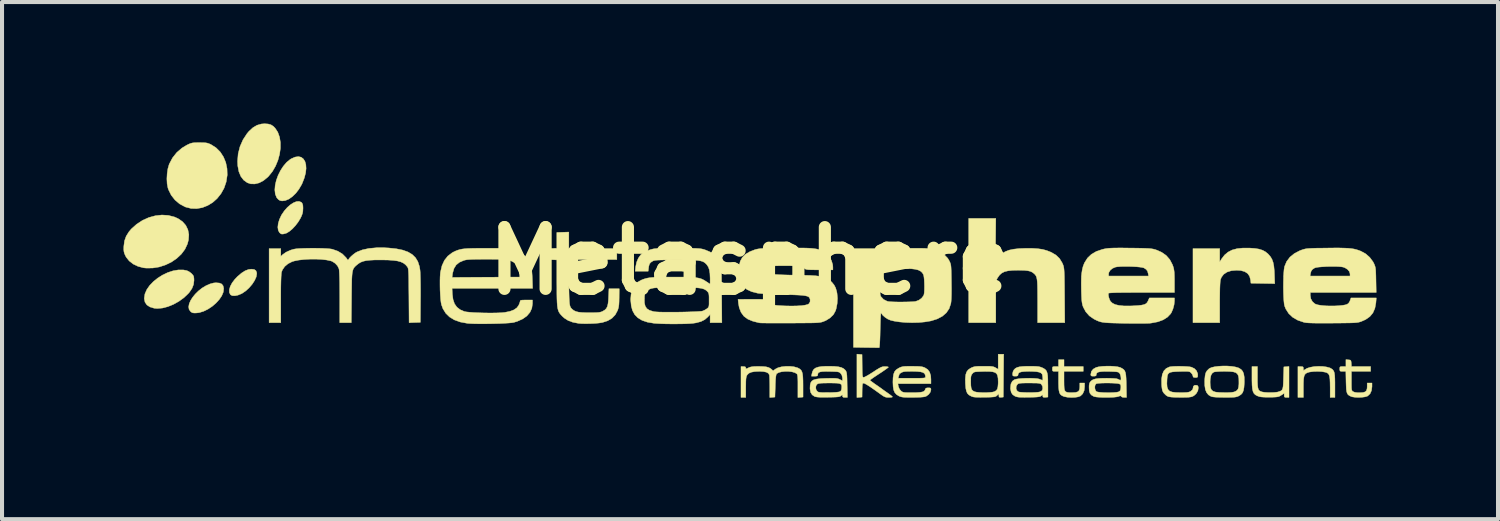
<source format=kicad_pcb>
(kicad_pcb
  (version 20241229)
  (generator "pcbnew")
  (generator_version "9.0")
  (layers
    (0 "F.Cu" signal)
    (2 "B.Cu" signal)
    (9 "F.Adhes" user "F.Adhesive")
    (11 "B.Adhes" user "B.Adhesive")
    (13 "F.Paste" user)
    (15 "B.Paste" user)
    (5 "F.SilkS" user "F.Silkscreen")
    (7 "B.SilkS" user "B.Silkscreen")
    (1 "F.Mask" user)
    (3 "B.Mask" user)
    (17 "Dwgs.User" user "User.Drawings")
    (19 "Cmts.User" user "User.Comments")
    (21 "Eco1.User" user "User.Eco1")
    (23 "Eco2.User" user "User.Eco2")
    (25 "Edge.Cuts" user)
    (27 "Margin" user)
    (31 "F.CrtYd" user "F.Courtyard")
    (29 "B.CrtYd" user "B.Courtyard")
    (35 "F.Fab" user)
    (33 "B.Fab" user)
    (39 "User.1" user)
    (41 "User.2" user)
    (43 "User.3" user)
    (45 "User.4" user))
  (footprint "Metasphere"
    (layer "F.Cu")
    (at 15.464 3.392)
    (property "Reference" "Metasphere" (at 0 0 0) (layer "F.SilkS") (effects (font (size 1.524 1.524) (thickness 0.3))))
    (attr through_hole)
    (fp_poly (pts (xy -12.238 0.211) (xy -12.196 0.239) (xy -12.177 0.287) (xy -12.175 0.32) (xy -12.189 0.396) (xy -12.228 0.482) (xy -12.286 0.572) (xy -12.359 0.658) (xy -12.441 0.735) (xy -12.529 0.796) (xy -12.557 0.811) (xy -12.64 0.845) (xy -12.716 0.86) (xy -12.779 0.857) (xy -12.822 0.836) (xy -12.823 0.834) (xy -12.851 0.78) (xy -12.852 0.71) (xy -12.829 0.629) (xy -12.783 0.542) (xy -12.715 0.452) (xy -12.651 0.385) (xy -12.551 0.3) (xy -12.462 0.243) (xy -12.378 0.211) (xy -12.306 0.203) (xy -12.238 0.211)) (stroke (width 0.01) (type solid)) (fill yes) (layer "F.SilkS"))
    (fp_poly (pts (xy -13.097 0.546) (xy -13.04 0.57) (xy -13.006 0.614) (xy -12.991 0.681) (xy -12.991 0.683) (xy -13.001 0.769) (xy -13.039 0.86) (xy -13.101 0.952) (xy -13.181 1.04) (xy -13.275 1.121) (xy -13.379 1.19) (xy -13.487 1.243) (xy -13.595 1.276) (xy -13.656 1.284) (xy -13.717 1.286) (xy -13.758 1.281) (xy -13.789 1.265) (xy -13.808 1.25) (xy -13.846 1.198) (xy -13.856 1.133) (xy -13.843 1.059) (xy -13.809 0.979) (xy -13.757 0.897) (xy -13.691 0.816) (xy -13.612 0.739) (xy -13.525 0.67) (xy -13.431 0.613) (xy -13.335 0.57) (xy -13.239 0.544) (xy -13.182 0.539) (xy -13.097 0.546)) (stroke (width 0.01) (type solid)) (fill yes) (layer "F.SilkS"))
    (fp_poly (pts (xy -11.08 -2.561) (xy -11.026 -2.521) (xy -10.986 -2.46) (xy -10.963 -2.38) (xy -10.957 -2.283) (xy -10.969 -2.172) (xy -11.001 -2.049) (xy -11.052 -1.918) (xy -11.067 -1.886) (xy -11.135 -1.77) (xy -11.212 -1.67) (xy -11.297 -1.588) (xy -11.384 -1.527) (xy -11.47 -1.491) (xy -11.551 -1.481) (xy -11.603 -1.492) (xy -11.642 -1.518) (xy -11.679 -1.559) (xy -11.684 -1.566) (xy -11.718 -1.651) (xy -11.729 -1.753) (xy -11.72 -1.868) (xy -11.692 -1.99) (xy -11.648 -2.112) (xy -11.589 -2.231) (xy -11.518 -2.34) (xy -11.438 -2.434) (xy -11.349 -2.507) (xy -11.323 -2.523) (xy -11.23 -2.564) (xy -11.148 -2.576) (xy -11.08 -2.561)) (stroke (width 0.01) (type solid)) (fill yes) (layer "F.SilkS"))
    (fp_poly (pts (xy -11.077 -1.449) (xy -11.064 -1.437) (xy -11.046 -1.408) (xy -11.036 -1.367) (xy -11.033 -1.303) (xy -11.034 -1.289) (xy -11.037 -1.224) (xy -11.048 -1.169) (xy -11.07 -1.11) (xy -11.099 -1.05) (xy -11.153 -0.961) (xy -11.219 -0.874) (xy -11.292 -0.795) (xy -11.366 -0.732) (xy -11.434 -0.69) (xy -11.458 -0.681) (xy -11.518 -0.665) (xy -11.558 -0.663) (xy -11.588 -0.676) (xy -11.615 -0.701) (xy -11.645 -0.757) (xy -11.655 -0.833) (xy -11.645 -0.923) (xy -11.616 -1.022) (xy -11.569 -1.124) (xy -11.56 -1.14) (xy -11.494 -1.237) (xy -11.42 -1.321) (xy -11.343 -1.388) (xy -11.266 -1.437) (xy -11.194 -1.466) (xy -11.129 -1.47) (xy -11.077 -1.449)) (stroke (width 0.01) (type solid)) (fill yes) (layer "F.SilkS"))
    (fp_poly (pts (xy -11.893 -3.381) (xy -11.824 -3.361) (xy -11.765 -3.323) (xy -11.722 -3.279) (xy -11.656 -3.179) (xy -11.613 -3.06) (xy -11.591 -2.926) (xy -11.591 -2.782) (xy -11.612 -2.634) (xy -11.652 -2.486) (xy -11.711 -2.343) (xy -11.788 -2.209) (xy -11.883 -2.091) (xy -11.908 -2.066) (xy -12.01 -1.983) (xy -12.116 -1.927) (xy -12.222 -1.901) (xy -12.324 -1.903) (xy -12.408 -1.931) (xy -12.498 -1.996) (xy -12.568 -2.087) (xy -12.616 -2.203) (xy -12.643 -2.343) (xy -12.649 -2.46) (xy -12.634 -2.646) (xy -12.588 -2.825) (xy -12.514 -2.993) (xy -12.415 -3.144) (xy -12.368 -3.2) (xy -12.269 -3.291) (xy -12.169 -3.35) (xy -12.061 -3.381) (xy -11.983 -3.387) (xy -11.893 -3.381)) (stroke (width 0.01) (type solid)) (fill yes) (layer "F.SilkS"))
    (fp_poly (pts (xy -13.988 0.222) (xy -13.901 0.239) (xy -13.848 0.264) (xy -13.795 0.303) (xy -13.781 0.317) (xy -13.749 0.352) (xy -13.732 0.385) (xy -13.726 0.428) (xy -13.724 0.479) (xy -13.736 0.581) (xy -13.773 0.677) (xy -13.837 0.772) (xy -13.865 0.804) (xy -13.973 0.907) (xy -14.097 0.997) (xy -14.231 1.072) (xy -14.369 1.128) (xy -14.504 1.163) (xy -14.632 1.174) (xy -14.71 1.167) (xy -14.812 1.136) (xy -14.887 1.087) (xy -14.934 1.019) (xy -14.952 0.933) (xy -14.952 0.92) (xy -14.936 0.814) (xy -14.89 0.708) (xy -14.819 0.606) (xy -14.727 0.51) (xy -14.619 0.423) (xy -14.5 0.348) (xy -14.372 0.287) (xy -14.241 0.244) (xy -14.112 0.222) (xy -13.988 0.222)) (stroke (width 0.01) (type solid)) (fill yes) (layer "F.SilkS"))
    (fp_poly (pts (xy -14.358 -1.124) (xy -14.208 -1.086) (xy -14.117 -1.045) (xy -14.008 -0.97) (xy -13.927 -0.878) (xy -13.875 -0.77) (xy -13.852 -0.649) (xy -13.861 -0.518) (xy -13.887 -0.419) (xy -13.948 -0.288) (xy -14.037 -0.169) (xy -14.15 -0.063) (xy -14.281 0.027) (xy -14.428 0.098) (xy -14.584 0.149) (xy -14.746 0.175) (xy -14.908 0.176) (xy -14.973 0.169) (xy -15.106 0.134) (xy -15.225 0.077) (xy -15.324 -0.000191) (xy -15.399 -0.094) (xy -15.418 -0.13) (xy -15.442 -0.184) (xy -15.454 -0.23) (xy -15.459 -0.283) (xy -15.457 -0.355) (xy -15.457 -0.362) (xy -15.44 -0.495) (xy -15.398 -0.612) (xy -15.329 -0.722) (xy -15.271 -0.79) (xy -15.14 -0.907) (xy -14.995 -1.002) (xy -14.839 -1.072) (xy -14.678 -1.116) (xy -14.516 -1.134) (xy -14.358 -1.124)) (stroke (width 0.01) (type solid)) (fill yes) (layer "F.SilkS"))
    (fp_poly (pts (xy 12.329 -0.318) (xy 12.463 -0.309) (xy 12.57 -0.292) (xy 12.657 -0.264) (xy 12.729 -0.225) (xy 12.794 -0.171) (xy 12.798 -0.167) (xy 12.85 -0.107) (xy 12.889 -0.042) (xy 12.917 0.034) (xy 12.936 0.129) (xy 12.947 0.247) (xy 12.95 0.326) (xy 12.958 0.56) (xy 12.37 0.55) (xy 12.361 0.47) (xy 12.337 0.379) (xy 12.289 0.31) (xy 12.216 0.263) (xy 12.117 0.236) (xy 12.014 0.23) (xy 11.886 0.241) (xy 11.779 0.275) (xy 11.697 0.33) (xy 11.641 0.404) (xy 11.618 0.465) (xy 11.612 0.507) (xy 11.607 0.58) (xy 11.603 0.681) (xy 11.601 0.807) (xy 11.599 0.955) (xy 11.599 1.032) (xy 11.599 1.524) (xy 10.939 1.524) (xy 10.939 -0.305) (xy 11.599 -0.305) (xy 11.599 0.024) (xy 11.647 -0.052) (xy 11.719 -0.146) (xy 11.805 -0.218) (xy 11.906 -0.27) (xy 12.028 -0.303) (xy 12.174 -0.318) (xy 12.329 -0.318)) (stroke (width 0.01) (type solid)) (fill yes) (layer "F.SilkS"))
    (fp_poly (pts (xy -13.505 -2.92) (xy -13.444 -2.917) (xy -13.398 -2.91) (xy -13.356 -2.896) (xy -13.31 -2.876) (xy -13.301 -2.871) (xy -13.179 -2.793) (xy -13.077 -2.691) (xy -12.997 -2.568) (xy -12.94 -2.43) (xy -12.909 -2.279) (xy -12.904 -2.12) (xy -12.929 -1.957) (xy -12.931 -1.948) (xy -12.983 -1.796) (xy -13.059 -1.66) (xy -13.154 -1.541) (xy -13.264 -1.443) (xy -13.388 -1.368) (xy -13.52 -1.316) (xy -13.657 -1.292) (xy -13.796 -1.296) (xy -13.933 -1.331) (xy -13.945 -1.336) (xy -14.078 -1.407) (xy -14.194 -1.505) (xy -14.287 -1.624) (xy -14.354 -1.759) (xy -14.368 -1.802) (xy -14.388 -1.906) (xy -14.394 -2.028) (xy -14.387 -2.156) (xy -14.369 -2.278) (xy -14.339 -2.381) (xy -14.336 -2.39) (xy -14.256 -2.543) (xy -14.15 -2.677) (xy -14.022 -2.787) (xy -13.905 -2.858) (xy -13.847 -2.886) (xy -13.802 -2.904) (xy -13.759 -2.914) (xy -13.708 -2.919) (xy -13.638 -2.921) (xy -13.59 -2.921) (xy -13.505 -2.92)) (stroke (width 0.01) (type solid)) (fill yes) (layer "F.SilkS"))
    (fp_poly (pts (xy 14.145 2.605) (xy 14.242 2.619) (xy 14.323 2.642) (xy 14.38 2.676) (xy 14.383 2.68) (xy 14.404 2.704) (xy 14.42 2.733) (xy 14.431 2.772) (xy 14.438 2.825) (xy 14.442 2.898) (xy 14.444 2.996) (xy 14.444 3.072) (xy 14.444 3.37) (xy 14.326 3.37) (xy 14.326 3.124) (xy 14.324 3.005) (xy 14.32 2.916) (xy 14.311 2.851) (xy 14.295 2.806) (xy 14.272 2.777) (xy 14.239 2.757) (xy 14.201 2.746) (xy 14.119 2.732) (xy 14.019 2.727) (xy 13.916 2.73) (xy 13.828 2.741) (xy 13.808 2.745) (xy 13.758 2.761) (xy 13.722 2.781) (xy 13.696 2.812) (xy 13.68 2.857) (xy 13.67 2.923) (xy 13.666 3.013) (xy 13.665 3.114) (xy 13.665 3.37) (xy 13.53 3.37) (xy 13.53 2.608) (xy 13.597 2.608) (xy 13.641 2.61) (xy 13.66 2.621) (xy 13.665 2.648) (xy 13.665 2.661) (xy 13.667 2.696) (xy 13.676 2.703) (xy 13.695 2.687) (xy 13.755 2.651) (xy 13.837 2.625) (xy 13.935 2.608) (xy 14.04 2.602) (xy 14.145 2.605)) (stroke (width 0.01) (type solid)) (fill yes) (layer "F.SilkS"))
    (fp_poly (pts (xy 7.755 2.608) (xy 8.23 2.608) (xy 8.23 2.726) (xy 7.755 2.726) (xy 7.755 2.962) (xy 7.756 3.067) (xy 7.76 3.143) (xy 7.771 3.195) (xy 7.793 3.226) (xy 7.827 3.243) (xy 7.878 3.25) (xy 7.949 3.251) (xy 7.954 3.251) (xy 8.038 3.247) (xy 8.094 3.231) (xy 8.127 3.2) (xy 8.142 3.149) (xy 8.145 3.099) (xy 8.145 3.014) (xy 8.263 3.014) (xy 8.263 3.099) (xy 8.252 3.201) (xy 8.217 3.28) (xy 8.16 3.335) (xy 8.159 3.335) (xy 8.103 3.356) (xy 8.025 3.368) (xy 7.936 3.371) (xy 7.847 3.366) (xy 7.768 3.351) (xy 7.728 3.337) (xy 7.69 3.316) (xy 7.662 3.29) (xy 7.642 3.252) (xy 7.63 3.198) (xy 7.623 3.123) (xy 7.62 3.022) (xy 7.62 2.961) (xy 7.62 2.726) (xy 7.544 2.726) (xy 7.497 2.725) (xy 7.475 2.716) (xy 7.468 2.693) (xy 7.468 2.667) (xy 7.469 2.631) (xy 7.48 2.613) (xy 7.51 2.608) (xy 7.544 2.608) (xy 7.62 2.608) (xy 7.62 2.438) (xy 7.755 2.438) (xy 7.755 2.608)) (stroke (width 0.01) (type solid)) (fill yes) (layer "F.SilkS"))
    (fp_poly (pts (xy 13.31 3.37) (xy 13.25 3.37) (xy 13.211 3.367) (xy 13.194 3.353) (xy 13.191 3.319) (xy 13.191 3.268) (xy 13.12 3.314) (xy 13.088 3.334) (xy 13.058 3.348) (xy 13.021 3.356) (xy 12.971 3.361) (xy 12.9 3.364) (xy 12.845 3.365) (xy 12.759 3.365) (xy 12.681 3.362) (xy 12.618 3.357) (xy 12.583 3.351) (xy 12.524 3.33) (xy 12.478 3.304) (xy 12.444 3.27) (xy 12.421 3.222) (xy 12.406 3.156) (xy 12.398 3.067) (xy 12.395 2.951) (xy 12.395 2.888) (xy 12.395 2.608) (xy 12.531 2.608) (xy 12.531 2.875) (xy 12.531 2.989) (xy 12.535 3.073) (xy 12.543 3.134) (xy 12.556 3.175) (xy 12.577 3.203) (xy 12.606 3.22) (xy 12.645 3.234) (xy 12.705 3.244) (xy 12.785 3.249) (xy 12.873 3.25) (xy 12.956 3.246) (xy 13.023 3.238) (xy 13.039 3.234) (xy 13.083 3.22) (xy 13.116 3.205) (xy 13.139 3.183) (xy 13.154 3.15) (xy 13.164 3.1) (xy 13.169 3.028) (xy 13.173 2.929) (xy 13.174 2.891) (xy 13.183 2.616) (xy 13.246 2.611) (xy 13.31 2.606) (xy 13.31 3.37)) (stroke (width 0.01) (type solid)) (fill yes) (layer "F.SilkS"))
    (fp_poly (pts (xy 14.779 2.442) (xy 14.817 2.446) (xy 14.836 2.459) (xy 14.844 2.489) (xy 14.847 2.527) (xy 14.852 2.608) (xy 15.325 2.608) (xy 15.325 2.726) (xy 14.851 2.726) (xy 14.851 2.963) (xy 14.851 3.057) (xy 14.852 3.123) (xy 14.855 3.166) (xy 14.861 3.193) (xy 14.871 3.21) (xy 14.886 3.223) (xy 14.893 3.227) (xy 14.935 3.244) (xy 14.998 3.252) (xy 15.058 3.253) (xy 15.139 3.248) (xy 15.193 3.231) (xy 15.224 3.198) (xy 15.238 3.145) (xy 15.24 3.097) (xy 15.24 3.014) (xy 15.359 3.014) (xy 15.359 3.103) (xy 15.346 3.201) (xy 15.311 3.279) (xy 15.254 3.333) (xy 15.24 3.34) (xy 15.186 3.356) (xy 15.111 3.366) (xy 15.026 3.37) (xy 14.943 3.366) (xy 14.873 3.356) (xy 14.842 3.346) (xy 14.8 3.325) (xy 14.769 3.303) (xy 14.748 3.272) (xy 14.734 3.229) (xy 14.725 3.167) (xy 14.721 3.081) (xy 14.718 2.987) (xy 14.713 2.726) (xy 14.638 2.726) (xy 14.591 2.725) (xy 14.57 2.716) (xy 14.563 2.692) (xy 14.563 2.667) (xy 14.564 2.631) (xy 14.575 2.613) (xy 14.605 2.608) (xy 14.639 2.608) (xy 14.715 2.608) (xy 14.715 2.436) (xy 14.779 2.442)) (stroke (width 0.01) (type solid)) (fill yes) (layer "F.SilkS"))
    (fp_poly (pts (xy 2.705 2.306) (xy 2.769 2.311) (xy 2.772 2.591) (xy 2.773 2.694) (xy 2.775 2.769) (xy 2.778 2.819) (xy 2.783 2.85) (xy 2.79 2.867) (xy 2.8 2.874) (xy 2.805 2.875) (xy 2.83 2.868) (xy 2.877 2.844) (xy 2.939 2.809) (xy 3.012 2.763) (xy 3.042 2.744) (xy 3.124 2.69) (xy 3.185 2.653) (xy 3.23 2.629) (xy 3.266 2.615) (xy 3.299 2.609) (xy 3.334 2.608) (xy 3.383 2.61) (xy 3.414 2.617) (xy 3.421 2.622) (xy 3.407 2.636) (xy 3.37 2.664) (xy 3.313 2.704) (xy 3.243 2.752) (xy 3.192 2.785) (xy 3.115 2.836) (xy 3.049 2.88) (xy 2.999 2.916) (xy 2.97 2.938) (xy 2.964 2.944) (xy 2.977 2.958) (xy 3.013 2.985) (xy 3.064 3.023) (xy 3.1 3.048) (xy 3.163 3.091) (xy 3.218 3.13) (xy 3.257 3.158) (xy 3.268 3.167) (xy 3.297 3.188) (xy 3.345 3.222) (xy 3.402 3.262) (xy 3.411 3.268) (xy 3.462 3.305) (xy 3.501 3.336) (xy 3.52 3.355) (xy 3.521 3.357) (xy 3.507 3.364) (xy 3.467 3.369) (xy 3.429 3.37) (xy 3.381 3.368) (xy 3.343 3.36) (xy 3.305 3.343) (xy 3.256 3.311) (xy 3.213 3.28) (xy 3.08 3.184) (xy 2.972 3.109) (xy 2.89 3.057) (xy 2.834 3.026) (xy 2.803 3.017) (xy 2.802 3.017) (xy 2.788 3.024) (xy 2.78 3.044) (xy 2.775 3.083) (xy 2.772 3.146) (xy 2.771 3.192) (xy 2.769 3.361) (xy 2.705 3.367) (xy 2.642 3.372) (xy 2.642 2.301) (xy 2.705 2.306)) (stroke (width 0.01) (type solid)) (fill yes) (layer "F.SilkS"))
    (fp_poly (pts (xy -4.47 -0.305) (xy -3.285 -0.305) (xy -3.285 -0.034) (xy -3.882 -0.034) (xy -4.479 -0.034) (xy -4.47 0.529) (xy -4.468 0.687) (xy -4.465 0.815) (xy -4.462 0.916) (xy -4.458 0.994) (xy -4.453 1.053) (xy -4.445 1.097) (xy -4.435 1.13) (xy -4.422 1.154) (xy -4.406 1.174) (xy -4.386 1.194) (xy -4.383 1.196) (xy -4.343 1.226) (xy -4.295 1.248) (xy -4.233 1.264) (xy -4.153 1.273) (xy -4.049 1.277) (xy -3.954 1.278) (xy -3.853 1.277) (xy -3.78 1.275) (xy -3.727 1.271) (xy -3.688 1.263) (xy -3.656 1.253) (xy -3.628 1.239) (xy -3.579 1.209) (xy -3.544 1.173) (xy -3.519 1.125) (xy -3.503 1.059) (xy -3.493 0.969) (xy -3.489 0.889) (xy -3.48 0.686) (xy -3.226 0.686) (xy -3.228 0.906) (xy -3.23 1.006) (xy -3.234 1.081) (xy -3.242 1.138) (xy -3.255 1.188) (xy -3.266 1.221) (xy -3.324 1.329) (xy -3.405 1.414) (xy -3.511 1.477) (xy -3.643 1.52) (xy -3.65 1.521) (xy -3.727 1.533) (xy -3.827 1.542) (xy -3.938 1.547) (xy -4.051 1.549) (xy -4.153 1.547) (xy -4.233 1.541) (xy -4.236 1.54) (xy -4.374 1.513) (xy -4.487 1.471) (xy -4.581 1.411) (xy -4.633 1.364) (xy -4.666 1.329) (xy -4.693 1.296) (xy -4.715 1.261) (xy -4.732 1.22) (xy -4.745 1.169) (xy -4.754 1.106) (xy -4.76 1.026) (xy -4.764 0.925) (xy -4.766 0.8) (xy -4.766 0.648) (xy -4.767 0.533) (xy -4.767 -0.025) (xy -4.961 -0.034) (xy -5.156 -0.042) (xy -5.156 -0.296) (xy -4.767 -0.313) (xy -4.767 -0.703) (xy -4.619 -0.708) (xy -4.47 -0.713) (xy -4.47 -0.305)) (stroke (width 0.01) (type solid)) (fill yes) (layer "F.SilkS"))
    (fp_poly (pts (xy 6.066 -0.55) (xy 6.065 -0.424) (xy 6.065 -0.31) (xy 6.066 -0.211) (xy 6.068 -0.133) (xy 6.071 -0.078) (xy 6.074 -0.052) (xy 6.075 -0.051) (xy 6.094 -0.062) (xy 6.127 -0.091) (xy 6.156 -0.12) (xy 6.226 -0.182) (xy 6.305 -0.23) (xy 6.398 -0.266) (xy 6.51 -0.29) (xy 6.645 -0.305) (xy 6.807 -0.311) (xy 6.833 -0.311) (xy 6.987 -0.31) (xy 7.115 -0.301) (xy 7.224 -0.285) (xy 7.322 -0.259) (xy 7.415 -0.223) (xy 7.445 -0.21) (xy 7.558 -0.143) (xy 7.644 -0.06) (xy 7.708 0.044) (xy 7.726 0.083) (xy 7.735 0.108) (xy 7.743 0.133) (xy 7.749 0.161) (xy 7.754 0.196) (xy 7.758 0.242) (xy 7.761 0.301) (xy 7.764 0.379) (xy 7.765 0.477) (xy 7.767 0.6) (xy 7.768 0.752) (xy 7.769 0.851) (xy 7.774 1.524) (xy 7.439 1.524) (xy 7.104 1.524) (xy 7.104 0.995) (xy 7.103 0.835) (xy 7.102 0.705) (xy 7.1 0.602) (xy 7.096 0.521) (xy 7.089 0.459) (xy 7.08 0.412) (xy 7.067 0.377) (xy 7.051 0.35) (xy 7.03 0.326) (xy 7.011 0.309) (xy 6.97 0.278) (xy 6.922 0.256) (xy 6.861 0.242) (xy 6.782 0.233) (xy 6.678 0.23) (xy 6.621 0.229) (xy 6.483 0.232) (xy 6.373 0.244) (xy 6.287 0.265) (xy 6.218 0.3) (xy 6.164 0.348) (xy 6.118 0.413) (xy 6.102 0.44) (xy 6.093 0.46) (xy 6.086 0.483) (xy 6.081 0.513) (xy 6.077 0.556) (xy 6.074 0.613) (xy 6.072 0.691) (xy 6.071 0.792) (xy 6.071 0.92) (xy 6.071 1.012) (xy 6.071 1.524) (xy 5.736 1.524) (xy 5.402 1.524) (xy 5.402 -1.05) (xy 5.736 -1.05) (xy 6.071 -1.05) (xy 6.066 -0.55)) (stroke (width 0.01) (type solid)) (fill yes) (layer "F.SilkS"))
    (fp_poly (pts (xy 11.79 2.595) (xy 11.895 2.603) (xy 11.987 2.618) (xy 12.059 2.639) (xy 12.07 2.644) (xy 12.127 2.679) (xy 12.167 2.726) (xy 12.192 2.788) (xy 12.205 2.872) (xy 12.207 2.982) (xy 12.206 3.012) (xy 12.199 3.119) (xy 12.185 3.198) (xy 12.162 3.255) (xy 12.126 3.297) (xy 12.075 3.331) (xy 12.064 3.336) (xy 12.034 3.349) (xy 12.001 3.358) (xy 11.958 3.364) (xy 11.9 3.367) (xy 11.819 3.369) (xy 11.717 3.369) (xy 11.59 3.367) (xy 11.494 3.363) (xy 11.428 3.356) (xy 11.388 3.346) (xy 11.387 3.346) (xy 11.322 3.307) (xy 11.276 3.251) (xy 11.245 3.176) (xy 11.23 3.077) (xy 11.229 2.987) (xy 11.362 2.987) (xy 11.365 3.075) (xy 11.376 3.141) (xy 11.399 3.188) (xy 11.439 3.219) (xy 11.499 3.238) (xy 11.584 3.247) (xy 11.698 3.25) (xy 11.715 3.251) (xy 11.815 3.25) (xy 11.887 3.246) (xy 11.939 3.238) (xy 11.978 3.226) (xy 11.983 3.223) (xy 12.024 3.198) (xy 12.051 3.163) (xy 12.066 3.113) (xy 12.073 3.04) (xy 12.073 2.988) (xy 12.071 2.901) (xy 12.059 2.835) (xy 12.035 2.788) (xy 11.994 2.756) (xy 11.932 2.738) (xy 11.845 2.729) (xy 11.728 2.726) (xy 11.72 2.726) (xy 11.633 2.727) (xy 11.555 2.731) (xy 11.495 2.736) (xy 11.459 2.742) (xy 11.457 2.742) (xy 11.411 2.775) (xy 11.381 2.832) (xy 11.365 2.917) (xy 11.362 2.987) (xy 11.229 2.987) (xy 11.229 2.951) (xy 11.23 2.92) (xy 11.239 2.829) (xy 11.255 2.763) (xy 11.284 2.713) (xy 11.329 2.668) (xy 11.347 2.654) (xy 11.4 2.63) (xy 11.478 2.612) (xy 11.574 2.6) (xy 11.681 2.594) (xy 11.79 2.595)) (stroke (width 0.01) (type solid)) (fill yes) (layer "F.SilkS"))
    (fp_poly (pts (xy 10.696 2.603) (xy 10.784 2.607) (xy 10.857 2.614) (xy 10.9 2.622) (xy 10.975 2.658) (xy 11.028 2.714) (xy 11.055 2.784) (xy 11.057 2.812) (xy 11.056 2.855) (xy 11.044 2.874) (xy 11.014 2.879) (xy 10.998 2.879) (xy 10.957 2.875) (xy 10.941 2.86) (xy 10.939 2.844) (xy 10.927 2.809) (xy 10.899 2.77) (xy 10.896 2.767) (xy 10.878 2.75) (xy 10.86 2.738) (xy 10.834 2.731) (xy 10.796 2.727) (xy 10.739 2.727) (xy 10.657 2.728) (xy 10.617 2.729) (xy 10.508 2.733) (xy 10.428 2.74) (xy 10.373 2.753) (xy 10.337 2.775) (xy 10.315 2.809) (xy 10.304 2.857) (xy 10.299 2.92) (xy 10.295 3.031) (xy 10.301 3.115) (xy 10.323 3.174) (xy 10.362 3.214) (xy 10.424 3.237) (xy 10.512 3.248) (xy 10.626 3.251) (xy 10.716 3.25) (xy 10.78 3.247) (xy 10.825 3.241) (xy 10.859 3.231) (xy 10.884 3.218) (xy 10.927 3.18) (xy 10.939 3.146) (xy 10.949 3.094) (xy 10.979 3.07) (xy 11.017 3.068) (xy 11.051 3.076) (xy 11.066 3.099) (xy 11.071 3.133) (xy 11.061 3.202) (xy 11.024 3.269) (xy 10.967 3.323) (xy 10.939 3.34) (xy 10.909 3.352) (xy 10.871 3.36) (xy 10.82 3.366) (xy 10.749 3.368) (xy 10.651 3.369) (xy 10.626 3.369) (xy 10.503 3.367) (xy 10.412 3.362) (xy 10.349 3.354) (xy 10.319 3.345) (xy 10.274 3.317) (xy 10.23 3.274) (xy 10.22 3.263) (xy 10.197 3.228) (xy 10.182 3.191) (xy 10.173 3.141) (xy 10.166 3.069) (xy 10.165 3.052) (xy 10.164 2.913) (xy 10.182 2.801) (xy 10.22 2.715) (xy 10.277 2.655) (xy 10.354 2.618) (xy 10.376 2.613) (xy 10.432 2.606) (xy 10.511 2.602) (xy 10.602 2.601) (xy 10.696 2.603)) (stroke (width 0.01) (type solid)) (fill yes) (layer "F.SilkS"))
    (fp_poly (pts (xy 1.088 2.613) (xy 1.173 2.637) (xy 1.198 2.648) (xy 1.236 2.671) (xy 1.265 2.699) (xy 1.285 2.737) (xy 1.299 2.789) (xy 1.307 2.86) (xy 1.311 2.956) (xy 1.312 3.073) (xy 1.312 3.361) (xy 1.249 3.367) (xy 1.185 3.372) (xy 1.185 3.093) (xy 1.185 2.985) (xy 1.183 2.906) (xy 1.179 2.851) (xy 1.173 2.816) (xy 1.165 2.795) (xy 1.159 2.787) (xy 1.111 2.758) (xy 1.041 2.738) (xy 0.957 2.728) (xy 0.869 2.727) (xy 0.785 2.736) (xy 0.714 2.754) (xy 0.665 2.781) (xy 0.658 2.788) (xy 0.648 2.813) (xy 0.64 2.861) (xy 0.633 2.936) (xy 0.628 3.041) (xy 0.627 3.089) (xy 0.618 3.361) (xy 0.555 3.367) (xy 0.491 3.372) (xy 0.491 3.113) (xy 0.49 3.019) (xy 0.488 2.936) (xy 0.485 2.868) (xy 0.482 2.825) (xy 0.48 2.814) (xy 0.456 2.774) (xy 0.406 2.746) (xy 0.33 2.731) (xy 0.236 2.726) (xy 0.122 2.731) (xy 0.037 2.746) (xy -0.024 2.772) (xy -0.065 2.811) (xy -0.07 2.819) (xy -0.083 2.844) (xy -0.091 2.875) (xy -0.097 2.918) (xy -0.1 2.98) (xy -0.101 3.067) (xy -0.102 3.12) (xy -0.102 3.37) (xy -0.22 3.37) (xy -0.22 2.608) (xy -0.161 2.608) (xy -0.12 2.612) (xy -0.103 2.627) (xy -0.102 2.639) (xy -0.1 2.658) (xy -0.089 2.662) (xy -0.06 2.651) (xy -0.034 2.638) (xy 0.005 2.622) (xy 0.051 2.612) (xy 0.111 2.606) (xy 0.195 2.604) (xy 0.216 2.604) (xy 0.323 2.607) (xy 0.403 2.615) (xy 0.463 2.631) (xy 0.51 2.657) (xy 0.536 2.678) (xy 0.573 2.713) (xy 0.63 2.67) (xy 0.694 2.637) (xy 0.782 2.614) (xy 0.883 2.603) (xy 0.988 2.602) (xy 1.088 2.613)) (stroke (width 0.01) (type solid)) (fill yes) (layer "F.SilkS"))
    (fp_poly (pts (xy 6.261 2.832) (xy 6.257 3.361) (xy 6.202 3.367) (xy 6.164 3.367) (xy 6.149 3.354) (xy 6.147 3.326) (xy 6.147 3.279) (xy 6.103 3.32) (xy 6.085 3.336) (xy 6.065 3.347) (xy 6.038 3.355) (xy 5.997 3.359) (xy 5.938 3.363) (xy 5.853 3.365) (xy 5.794 3.366) (xy 5.69 3.367) (xy 5.613 3.366) (xy 5.558 3.363) (xy 5.517 3.358) (xy 5.484 3.348) (xy 5.458 3.337) (xy 5.407 3.308) (xy 5.37 3.27) (xy 5.346 3.217) (xy 5.33 3.144) (xy 5.322 3.045) (xy 5.32 3.012) (xy 5.32 2.982) (xy 5.453 2.982) (xy 5.455 3.072) (xy 5.463 3.136) (xy 5.479 3.178) (xy 5.507 3.207) (xy 5.543 3.227) (xy 5.591 3.239) (xy 5.663 3.247) (xy 5.749 3.251) (xy 5.84 3.251) (xy 5.925 3.246) (xy 5.995 3.238) (xy 6.037 3.227) (xy 6.079 3.202) (xy 6.107 3.167) (xy 6.122 3.113) (xy 6.129 3.036) (xy 6.13 2.989) (xy 6.127 2.901) (xy 6.116 2.834) (xy 6.094 2.787) (xy 6.055 2.755) (xy 5.995 2.737) (xy 5.912 2.729) (xy 5.799 2.728) (xy 5.763 2.729) (xy 5.671 2.732) (xy 5.606 2.735) (xy 5.563 2.739) (xy 5.535 2.747) (xy 5.516 2.759) (xy 5.499 2.776) (xy 5.493 2.782) (xy 5.474 2.809) (xy 5.461 2.838) (xy 5.455 2.878) (xy 5.453 2.938) (xy 5.453 2.982) (xy 5.32 2.982) (xy 5.32 2.896) (xy 5.329 2.808) (xy 5.35 2.742) (xy 5.386 2.692) (xy 5.438 2.654) (xy 5.463 2.64) (xy 5.5 2.624) (xy 5.536 2.612) (xy 5.579 2.605) (xy 5.637 2.601) (xy 5.716 2.6) (xy 5.774 2.6) (xy 5.869 2.6) (xy 5.937 2.602) (xy 5.984 2.607) (xy 6.019 2.615) (xy 6.049 2.627) (xy 6.066 2.637) (xy 6.13 2.674) (xy 6.13 2.303) (xy 6.266 2.303) (xy 6.261 2.832)) (stroke (width 0.01) (type solid)) (fill yes) (layer "F.SilkS"))
    (fp_poly (pts (xy 4.103 2.602) (xy 4.176 2.604) (xy 4.229 2.61) (xy 4.271 2.618) (xy 4.308 2.631) (xy 4.323 2.638) (xy 4.392 2.683) (xy 4.438 2.747) (xy 4.464 2.835) (xy 4.47 2.925) (xy 4.47 3.031) (xy 3.654 3.031) (xy 3.665 3.095) (xy 3.691 3.161) (xy 3.726 3.205) (xy 3.748 3.223) (xy 3.769 3.236) (xy 3.795 3.244) (xy 3.835 3.249) (xy 3.893 3.251) (xy 3.977 3.251) (xy 4.004 3.251) (xy 4.117 3.25) (xy 4.201 3.244) (xy 4.26 3.234) (xy 4.298 3.217) (xy 4.32 3.194) (xy 4.329 3.172) (xy 4.341 3.146) (xy 4.368 3.135) (xy 4.405 3.133) (xy 4.447 3.135) (xy 4.466 3.146) (xy 4.47 3.175) (xy 4.47 3.182) (xy 4.455 3.239) (xy 4.415 3.294) (xy 4.36 3.336) (xy 4.321 3.352) (xy 4.282 3.358) (xy 4.217 3.364) (xy 4.134 3.367) (xy 4.041 3.369) (xy 4.004 3.37) (xy 3.904 3.369) (xy 3.83 3.367) (xy 3.777 3.363) (xy 3.737 3.356) (xy 3.705 3.346) (xy 3.674 3.332) (xy 3.616 3.295) (xy 3.576 3.249) (xy 3.55 3.187) (xy 3.536 3.104) (xy 3.531 2.994) (xy 3.531 2.989) (xy 3.534 2.896) (xy 3.66 2.896) (xy 3.997 2.896) (xy 4.112 2.895) (xy 4.198 2.895) (xy 4.258 2.893) (xy 4.297 2.89) (xy 4.32 2.885) (xy 4.331 2.877) (xy 4.335 2.867) (xy 4.335 2.863) (xy 4.329 2.815) (xy 4.31 2.779) (xy 4.273 2.754) (xy 4.214 2.738) (xy 4.13 2.729) (xy 4.017 2.726) (xy 4.001 2.726) (xy 3.91 2.727) (xy 3.846 2.729) (xy 3.8 2.734) (xy 3.764 2.745) (xy 3.732 2.761) (xy 3.696 2.786) (xy 3.695 2.786) (xy 3.688 2.803) (xy 3.676 2.839) (xy 3.675 2.842) (xy 3.66 2.896) (xy 3.534 2.896) (xy 3.535 2.879) (xy 3.548 2.796) (xy 3.572 2.734) (xy 3.611 2.688) (xy 3.668 2.65) (xy 3.683 2.642) (xy 3.719 2.625) (xy 3.754 2.614) (xy 3.794 2.606) (xy 3.847 2.602) (xy 3.92 2.601) (xy 4.004 2.601) (xy 4.103 2.602)) (stroke (width 0.01) (type solid)) (fill yes) (layer "F.SilkS"))
    (fp_poly (pts (xy 2.083 2.603) (xy 2.183 2.613) (xy 2.258 2.631) (xy 2.314 2.659) (xy 2.356 2.697) (xy 2.362 2.706) (xy 2.374 2.725) (xy 2.383 2.749) (xy 2.39 2.783) (xy 2.395 2.832) (xy 2.398 2.902) (xy 2.4 2.997) (xy 2.401 3.061) (xy 2.407 3.37) (xy 2.346 3.37) (xy 2.305 3.366) (xy 2.289 3.352) (xy 2.286 3.333) (xy 2.284 3.309) (xy 2.274 3.309) (xy 2.25 3.329) (xy 2.234 3.341) (xy 2.211 3.35) (xy 2.177 3.356) (xy 2.126 3.36) (xy 2.053 3.363) (xy 1.952 3.365) (xy 1.933 3.365) (xy 1.817 3.366) (xy 1.73 3.365) (xy 1.667 3.361) (xy 1.623 3.354) (xy 1.597 3.346) (xy 1.537 3.305) (xy 1.5 3.245) (xy 1.485 3.163) (xy 1.484 3.135) (xy 1.485 3.132) (xy 1.625 3.132) (xy 1.637 3.184) (xy 1.668 3.225) (xy 1.693 3.239) (xy 1.728 3.245) (xy 1.788 3.249) (xy 1.864 3.25) (xy 1.949 3.25) (xy 2.034 3.248) (xy 2.112 3.244) (xy 2.174 3.238) (xy 2.213 3.231) (xy 2.218 3.229) (xy 2.247 3.208) (xy 2.261 3.173) (xy 2.266 3.133) (xy 2.267 3.091) (xy 2.261 3.061) (xy 2.243 3.04) (xy 2.21 3.026) (xy 2.156 3.018) (xy 2.077 3.015) (xy 1.969 3.014) (xy 1.956 3.014) (xy 1.852 3.015) (xy 1.775 3.017) (xy 1.722 3.022) (xy 1.687 3.029) (xy 1.664 3.04) (xy 1.663 3.04) (xy 1.633 3.08) (xy 1.625 3.132) (xy 1.485 3.132) (xy 1.488 3.063) (xy 1.501 3.008) (xy 1.528 2.967) (xy 1.572 2.937) (xy 1.638 2.918) (xy 1.728 2.906) (xy 1.847 2.9) (xy 1.893 2.899) (xy 1.995 2.897) (xy 2.069 2.897) (xy 2.123 2.899) (xy 2.162 2.905) (xy 2.193 2.914) (xy 2.219 2.926) (xy 2.286 2.959) (xy 2.286 2.894) (xy 2.271 2.822) (xy 2.245 2.782) (xy 2.227 2.763) (xy 2.209 2.749) (xy 2.183 2.741) (xy 2.144 2.735) (xy 2.084 2.732) (xy 1.998 2.73) (xy 1.987 2.729) (xy 1.874 2.728) (xy 1.791 2.731) (xy 1.733 2.74) (xy 1.698 2.756) (xy 1.68 2.779) (xy 1.676 2.802) (xy 1.673 2.828) (xy 1.658 2.841) (xy 1.622 2.845) (xy 1.598 2.845) (xy 1.52 2.845) (xy 1.532 2.783) (xy 1.549 2.723) (xy 1.578 2.676) (xy 1.622 2.643) (xy 1.686 2.62) (xy 1.774 2.606) (xy 1.888 2.6) (xy 1.956 2.6) (xy 2.083 2.603)) (stroke (width 0.01) (type solid)) (fill yes) (layer "F.SilkS"))
    (fp_poly (pts (xy 8.994 2.603) (xy 9.078 2.613) (xy 9.14 2.629) (xy 9.151 2.634) (xy 9.196 2.658) (xy 9.23 2.683) (xy 9.255 2.715) (xy 9.271 2.757) (xy 9.282 2.816) (xy 9.288 2.895) (xy 9.292 3.001) (xy 9.293 3.066) (xy 9.299 3.37) (xy 9.238 3.37) (xy 9.191 3.363) (xy 9.168 3.346) (xy 9.168 3.346) (xy 9.157 3.332) (xy 9.135 3.333) (xy 9.101 3.346) (xy 9.058 3.356) (xy 8.989 3.364) (xy 8.903 3.368) (xy 8.808 3.37) (xy 8.712 3.369) (xy 8.624 3.365) (xy 8.55 3.359) (xy 8.501 3.349) (xy 8.492 3.346) (xy 8.433 3.312) (xy 8.397 3.27) (xy 8.378 3.21) (xy 8.374 3.132) (xy 8.374 3.11) (xy 8.515 3.11) (xy 8.52 3.163) (xy 8.539 3.208) (xy 8.555 3.225) (xy 8.588 3.236) (xy 8.647 3.244) (xy 8.724 3.25) (xy 8.811 3.252) (xy 8.9 3.252) (xy 8.983 3.249) (xy 9.053 3.243) (xy 9.1 3.233) (xy 9.11 3.229) (xy 9.138 3.208) (xy 9.152 3.175) (xy 9.158 3.131) (xy 9.158 3.082) (xy 9.15 3.055) (xy 9.127 3.038) (xy 9.119 3.034) (xy 9.084 3.026) (xy 9.024 3.02) (xy 8.947 3.016) (xy 8.86 3.014) (xy 8.771 3.014) (xy 8.687 3.016) (xy 8.616 3.02) (xy 8.567 3.027) (xy 8.55 3.032) (xy 8.525 3.062) (xy 8.515 3.11) (xy 8.374 3.11) (xy 8.375 3.067) (xy 8.383 3.024) (xy 8.398 2.993) (xy 8.415 2.973) (xy 8.447 2.945) (xy 8.488 2.924) (xy 8.541 2.91) (xy 8.613 2.901) (xy 8.709 2.897) (xy 8.814 2.896) (xy 8.922 2.898) (xy 9.001 2.902) (xy 9.055 2.908) (xy 9.089 2.919) (xy 9.093 2.921) (xy 9.128 2.939) (xy 9.148 2.946) (xy 9.16 2.932) (xy 9.162 2.897) (xy 9.157 2.852) (xy 9.145 2.808) (xy 9.129 2.775) (xy 9.129 2.775) (xy 9.114 2.759) (xy 9.096 2.747) (xy 9.068 2.74) (xy 9.025 2.735) (xy 8.961 2.732) (xy 8.869 2.729) (xy 8.865 2.729) (xy 8.751 2.728) (xy 8.667 2.733) (xy 8.609 2.743) (xy 8.572 2.761) (xy 8.555 2.786) (xy 8.551 2.811) (xy 8.546 2.833) (xy 8.522 2.843) (xy 8.484 2.845) (xy 8.44 2.843) (xy 8.421 2.832) (xy 8.416 2.806) (xy 8.416 2.802) (xy 8.431 2.728) (xy 8.476 2.671) (xy 8.547 2.63) (xy 8.61 2.614) (xy 8.695 2.603) (xy 8.794 2.598) (xy 8.896 2.597) (xy 8.994 2.603)) (stroke (width 0.01) (type solid)) (fill yes) (layer "F.SilkS"))
    (fp_poly (pts (xy 14.557 -0.32) (xy 14.672 -0.317) (xy 14.767 -0.313) (xy 14.845 -0.305) (xy 14.913 -0.295) (xy 14.973 -0.28) (xy 15.03 -0.262) (xy 15.082 -0.242) (xy 15.2 -0.178) (xy 15.303 -0.088) (xy 15.384 0.021) (xy 15.406 0.063) (xy 15.422 0.1) (xy 15.434 0.133) (xy 15.443 0.17) (xy 15.449 0.216) (xy 15.452 0.277) (xy 15.455 0.361) (xy 15.457 0.47) (xy 15.463 0.779) (xy 13.835 0.779) (xy 13.835 0.853) (xy 13.849 0.934) (xy 13.889 1.006) (xy 13.949 1.058) (xy 13.962 1.065) (xy 14.02 1.084) (xy 14.103 1.098) (xy 14.206 1.108) (xy 14.32 1.112) (xy 14.438 1.111) (xy 14.536 1.106) (xy 14.633 1.096) (xy 14.703 1.084) (xy 14.751 1.067) (xy 14.783 1.041) (xy 14.806 1.005) (xy 14.82 0.971) (xy 14.84 0.914) (xy 15.465 0.914) (xy 15.455 1.037) (xy 15.43 1.171) (xy 15.381 1.283) (xy 15.305 1.374) (xy 15.201 1.447) (xy 15.102 1.491) (xy 15.072 1.502) (xy 15.044 1.51) (xy 15.013 1.517) (xy 14.975 1.522) (xy 14.926 1.526) (xy 14.863 1.529) (xy 14.781 1.531) (xy 14.677 1.532) (xy 14.547 1.534) (xy 14.387 1.535) (xy 14.385 1.535) (xy 14.213 1.536) (xy 14.072 1.536) (xy 13.958 1.535) (xy 13.867 1.533) (xy 13.796 1.53) (xy 13.742 1.526) (xy 13.701 1.52) (xy 13.678 1.515) (xy 13.527 1.464) (xy 13.402 1.392) (xy 13.303 1.299) (xy 13.23 1.185) (xy 13.202 1.114) (xy 13.191 1.063) (xy 13.183 0.985) (xy 13.177 0.886) (xy 13.173 0.773) (xy 13.171 0.652) (xy 13.172 0.529) (xy 13.175 0.411) (xy 13.176 0.373) (xy 13.83 0.373) (xy 14.817 0.373) (xy 14.817 0.32) (xy 14.801 0.263) (xy 14.758 0.211) (xy 14.694 0.17) (xy 14.646 0.152) (xy 14.594 0.144) (xy 14.519 0.138) (xy 14.427 0.136) (xy 14.327 0.136) (xy 14.225 0.139) (xy 14.128 0.145) (xy 14.044 0.152) (xy 13.98 0.162) (xy 13.943 0.173) (xy 13.887 0.21) (xy 13.856 0.254) (xy 13.84 0.312) (xy 13.83 0.373) (xy 13.176 0.373) (xy 13.18 0.305) (xy 13.187 0.216) (xy 13.197 0.152) (xy 13.2 0.138) (xy 13.252 0.013) (xy 13.333 -0.094) (xy 13.442 -0.183) (xy 13.578 -0.254) (xy 13.624 -0.271) (xy 13.659 -0.283) (xy 13.692 -0.292) (xy 13.728 -0.3) (xy 13.771 -0.305) (xy 13.825 -0.309) (xy 13.895 -0.312) (xy 13.986 -0.315) (xy 14.101 -0.316) (xy 14.246 -0.318) (xy 14.249 -0.318) (xy 14.418 -0.32) (xy 14.557 -0.32)) (stroke (width 0.01) (type solid)) (fill yes) (layer "F.SilkS"))
    (fp_poly (pts (xy 7.006 2.601) (xy 7.077 2.604) (xy 7.13 2.609) (xy 7.171 2.619) (xy 7.208 2.633) (xy 7.217 2.636) (xy 7.263 2.66) (xy 7.298 2.686) (xy 7.323 2.72) (xy 7.34 2.767) (xy 7.351 2.83) (xy 7.356 2.916) (xy 7.357 3.03) (xy 7.358 3.073) (xy 7.358 3.361) (xy 7.294 3.367) (xy 7.252 3.367) (xy 7.234 3.358) (xy 7.231 3.334) (xy 7.229 3.309) (xy 7.219 3.309) (xy 7.195 3.329) (xy 7.178 3.341) (xy 7.155 3.35) (xy 7.12 3.356) (xy 7.068 3.361) (xy 6.993 3.364) (xy 6.889 3.366) (xy 6.886 3.366) (xy 6.78 3.367) (xy 6.702 3.366) (xy 6.645 3.364) (xy 6.603 3.358) (xy 6.57 3.349) (xy 6.543 3.338) (xy 6.487 3.3) (xy 6.452 3.246) (xy 6.436 3.169) (xy 6.436 3.15) (xy 6.572 3.15) (xy 6.591 3.2) (xy 6.627 3.231) (xy 6.66 3.239) (xy 6.719 3.244) (xy 6.796 3.248) (xy 6.881 3.25) (xy 6.968 3.249) (xy 7.048 3.246) (xy 7.113 3.241) (xy 7.154 3.234) (xy 7.157 3.233) (xy 7.196 3.214) (xy 7.217 3.195) (xy 7.23 3.148) (xy 7.223 3.093) (xy 7.197 3.048) (xy 7.197 3.048) (xy 7.181 3.035) (xy 7.161 3.026) (xy 7.13 3.02) (xy 7.083 3.016) (xy 7.015 3.015) (xy 6.919 3.014) (xy 6.9 3.014) (xy 6.8 3.014) (xy 6.727 3.016) (xy 6.677 3.019) (xy 6.644 3.025) (xy 6.622 3.033) (xy 6.606 3.046) (xy 6.604 3.048) (xy 6.576 3.096) (xy 6.572 3.15) (xy 6.436 3.15) (xy 6.435 3.122) (xy 6.445 3.035) (xy 6.478 2.971) (xy 6.527 2.933) (xy 6.57 2.919) (xy 6.639 2.908) (xy 6.726 2.901) (xy 6.822 2.897) (xy 6.92 2.896) (xy 7.012 2.899) (xy 7.089 2.905) (xy 7.144 2.916) (xy 7.153 2.92) (xy 7.195 2.936) (xy 7.221 2.946) (xy 7.224 2.946) (xy 7.23 2.932) (xy 7.231 2.896) (xy 7.227 2.853) (xy 7.22 2.813) (xy 7.214 2.795) (xy 7.188 2.767) (xy 7.143 2.747) (xy 7.075 2.734) (xy 6.98 2.728) (xy 6.893 2.726) (xy 6.787 2.729) (xy 6.71 2.737) (xy 6.66 2.751) (xy 6.631 2.774) (xy 6.621 2.806) (xy 6.621 2.812) (xy 6.615 2.833) (xy 6.591 2.843) (xy 6.553 2.845) (xy 6.51 2.843) (xy 6.491 2.832) (xy 6.486 2.804) (xy 6.485 2.788) (xy 6.496 2.733) (xy 6.52 2.687) (xy 6.553 2.654) (xy 6.597 2.63) (xy 6.656 2.614) (xy 6.736 2.605) (xy 6.842 2.6) (xy 6.909 2.6) (xy 7.006 2.601)) (stroke (width 0.01) (type solid)) (fill yes) (layer "F.SilkS"))
    (fp_poly (pts (xy -8.918 -0.32) (xy -8.73 -0.3) (xy -8.572 -0.268) (xy -8.441 -0.221) (xy -8.337 -0.159) (xy -8.257 -0.081) (xy -8.198 0.016) (xy -8.16 0.132) (xy -8.144 0.225) (xy -8.14 0.276) (xy -8.137 0.355) (xy -8.134 0.458) (xy -8.132 0.579) (xy -8.131 0.713) (xy -8.131 0.855) (xy -8.132 0.94) (xy -8.136 1.516) (xy -8.275 1.52) (xy -8.414 1.525) (xy -8.419 0.857) (xy -8.421 0.689) (xy -8.422 0.551) (xy -8.423 0.441) (xy -8.425 0.354) (xy -8.428 0.288) (xy -8.431 0.239) (xy -8.435 0.204) (xy -8.44 0.179) (xy -8.447 0.162) (xy -8.455 0.148) (xy -8.46 0.141) (xy -8.503 0.092) (xy -8.555 0.053) (xy -8.619 0.023) (xy -8.699 0.001) (xy -8.8 -0.013) (xy -8.925 -0.022) (xy -9.079 -0.025) (xy -9.127 -0.025) (xy -9.27 -0.024) (xy -9.384 -0.018) (xy -9.475 -0.008) (xy -9.548 0.009) (xy -9.608 0.032) (xy -9.661 0.064) (xy -9.7 0.095) (xy -9.732 0.122) (xy -9.758 0.148) (xy -9.779 0.175) (xy -9.796 0.208) (xy -9.808 0.248) (xy -9.818 0.301) (xy -9.824 0.37) (xy -9.829 0.458) (xy -9.831 0.568) (xy -9.833 0.705) (xy -9.835 0.872) (xy -9.835 0.902) (xy -9.841 1.524) (xy -10.126 1.524) (xy -10.126 0.893) (xy -10.127 0.702) (xy -10.128 0.539) (xy -10.131 0.406) (xy -10.135 0.303) (xy -10.14 0.233) (xy -10.145 0.195) (xy -10.18 0.123) (xy -10.239 0.059) (xy -10.31 0.012) (xy -10.343 -0.000317) (xy -10.447 -0.023) (xy -10.574 -0.038) (xy -10.715 -0.045) (xy -10.862 -0.044) (xy -11.006 -0.036) (xy -11.138 -0.021) (xy -11.251 0.002) (xy -11.305 0.019) (xy -11.403 0.069) (xy -11.484 0.137) (xy -11.541 0.219) (xy -11.563 0.276) (xy -11.569 0.321) (xy -11.574 0.398) (xy -11.578 0.509) (xy -11.581 0.653) (xy -11.582 0.828) (xy -11.582 0.939) (xy -11.582 1.524) (xy -11.87 1.524) (xy -11.87 -0.305) (xy -11.582 -0.305) (xy -11.582 -0.112) (xy -11.536 -0.156) (xy -11.451 -0.216) (xy -11.341 -0.266) (xy -11.261 -0.29) (xy -11.206 -0.299) (xy -11.124 -0.306) (xy -11.022 -0.31) (xy -10.906 -0.313) (xy -10.784 -0.314) (xy -10.662 -0.313) (xy -10.546 -0.31) (xy -10.445 -0.305) (xy -10.364 -0.298) (xy -10.312 -0.29) (xy -10.173 -0.241) (xy -10.06 -0.172) (xy -9.97 -0.081) (xy -9.94 -0.039) (xy -9.924 -0.019) (xy -9.913 -0.028) (xy -9.911 -0.034) (xy -9.887 -0.069) (xy -9.844 -0.114) (xy -9.79 -0.161) (xy -9.734 -0.202) (xy -9.699 -0.222) (xy -9.568 -0.273) (xy -9.409 -0.308) (xy -9.224 -0.325) (xy -9.015 -0.325) (xy -8.918 -0.32)) (stroke (width 0.01) (type solid)) (fill yes) (layer "F.SilkS"))
    (fp_poly (pts (xy 9.21 -0.32) (xy 9.36 -0.318) (xy 9.398 -0.318) (xy 9.546 -0.316) (xy 9.665 -0.314) (xy 9.758 -0.311) (xy 9.831 -0.308) (xy 9.887 -0.304) (xy 9.931 -0.298) (xy 9.968 -0.291) (xy 10.001 -0.282) (xy 10.025 -0.275) (xy 10.165 -0.214) (xy 10.278 -0.135) (xy 10.366 -0.034) (xy 10.431 0.089) (xy 10.447 0.132) (xy 10.461 0.178) (xy 10.47 0.225) (xy 10.477 0.281) (xy 10.48 0.353) (xy 10.482 0.447) (xy 10.482 0.507) (xy 10.482 0.779) (xy 9.67 0.779) (xy 9.474 0.779) (xy 9.309 0.78) (xy 9.173 0.781) (xy 9.065 0.782) (xy 8.982 0.785) (xy 8.921 0.788) (xy 8.88 0.791) (xy 8.858 0.796) (xy 8.852 0.8) (xy 8.85 0.841) (xy 8.86 0.897) (xy 8.88 0.955) (xy 8.902 0.997) (xy 8.951 1.043) (xy 9.02 1.077) (xy 9.114 1.099) (xy 9.234 1.111) (xy 9.382 1.112) (xy 9.474 1.108) (xy 9.587 1.101) (xy 9.671 1.091) (xy 9.732 1.078) (xy 9.775 1.058) (xy 9.805 1.03) (xy 9.827 0.993) (xy 9.831 0.984) (xy 9.862 0.914) (xy 10.482 0.914) (xy 10.482 0.986) (xy 10.472 1.084) (xy 10.445 1.185) (xy 10.407 1.274) (xy 10.388 1.304) (xy 10.31 1.387) (xy 10.204 1.454) (xy 10.072 1.503) (xy 9.914 1.533) (xy 9.872 1.538) (xy 9.822 1.54) (xy 9.744 1.542) (xy 9.644 1.543) (xy 9.526 1.543) (xy 9.397 1.542) (xy 9.262 1.54) (xy 9.237 1.54) (xy 9.083 1.536) (xy 8.958 1.533) (xy 8.858 1.529) (xy 8.778 1.523) (xy 8.713 1.515) (xy 8.66 1.505) (xy 8.614 1.49) (xy 8.57 1.472) (xy 8.523 1.449) (xy 8.495 1.435) (xy 8.381 1.356) (xy 8.291 1.254) (xy 8.23 1.139) (xy 8.216 1.101) (xy 8.206 1.061) (xy 8.198 1.014) (xy 8.192 0.955) (xy 8.188 0.876) (xy 8.184 0.772) (xy 8.183 0.72) (xy 8.181 0.557) (xy 8.183 0.422) (xy 8.19 0.32) (xy 8.856 0.32) (xy 8.856 0.373) (xy 9.843 0.373) (xy 9.833 0.312) (xy 9.816 0.251) (xy 9.783 0.209) (xy 9.729 0.173) (xy 9.691 0.162) (xy 9.626 0.152) (xy 9.542 0.144) (xy 9.445 0.139) (xy 9.343 0.136) (xy 9.243 0.136) (xy 9.152 0.138) (xy 9.077 0.144) (xy 9.026 0.152) (xy 8.953 0.183) (xy 8.896 0.23) (xy 8.863 0.284) (xy 8.856 0.32) (xy 8.19 0.32) (xy 8.191 0.311) (xy 8.205 0.218) (xy 8.225 0.137) (xy 8.253 0.064) (xy 8.265 0.039) (xy 8.336 -0.073) (xy 8.431 -0.163) (xy 8.552 -0.234) (xy 8.701 -0.285) (xy 8.757 -0.298) (xy 8.801 -0.306) (xy 8.852 -0.312) (xy 8.914 -0.316) (xy 8.991 -0.319) (xy 9.088 -0.32) (xy 9.21 -0.32)) (stroke (width 0.01) (type solid)) (fill yes) (layer "F.SilkS"))
    (fp_poly (pts (xy 4.149 -0.313) (xy 4.249 -0.312) (xy 4.326 -0.31) (xy 4.387 -0.306) (xy 4.437 -0.3) (xy 4.482 -0.291) (xy 4.527 -0.28) (xy 4.551 -0.273) (xy 4.691 -0.221) (xy 4.802 -0.151) (xy 4.885 -0.065) (xy 4.923 -0.001) (xy 4.937 0.028) (xy 4.948 0.055) (xy 4.957 0.085) (xy 4.963 0.121) (xy 4.967 0.168) (xy 4.97 0.232) (xy 4.972 0.318) (xy 4.974 0.429) (xy 4.975 0.524) (xy 4.977 0.687) (xy 4.976 0.819) (xy 4.973 0.922) (xy 4.968 0.999) (xy 4.961 1.053) (xy 4.96 1.056) (xy 4.919 1.178) (xy 4.849 1.281) (xy 4.752 1.365) (xy 4.627 1.431) (xy 4.474 1.48) (xy 4.318 1.506) (xy 4.166 1.52) (xy 4.005 1.524) (xy 3.845 1.519) (xy 3.693 1.506) (xy 3.56 1.485) (xy 3.475 1.465) (xy 3.404 1.435) (xy 3.336 1.39) (xy 3.279 1.34) (xy 3.243 1.29) (xy 3.239 1.281) (xy 3.235 1.287) (xy 3.231 1.323) (xy 3.227 1.386) (xy 3.223 1.471) (xy 3.22 1.576) (xy 3.217 1.692) (xy 3.214 1.834) (xy 3.21 1.952) (xy 3.205 2.043) (xy 3.2 2.106) (xy 3.195 2.137) (xy 3.192 2.141) (xy 3.17 2.141) (xy 3.12 2.141) (xy 3.048 2.14) (xy 2.959 2.139) (xy 2.866 2.138) (xy 2.557 2.133) (xy 2.557 0.601) (xy 3.209 0.601) (xy 3.21 0.7) (xy 3.212 0.771) (xy 3.217 0.821) (xy 3.224 0.856) (xy 3.236 0.881) (xy 3.239 0.885) (xy 3.301 0.951) (xy 3.385 0.993) (xy 3.408 1) (xy 3.453 1.006) (xy 3.523 1.01) (xy 3.612 1.013) (xy 3.712 1.014) (xy 3.815 1.013) (xy 3.913 1.011) (xy 3.999 1.008) (xy 4.065 1.003) (xy 4.095 0.998) (xy 4.172 0.969) (xy 4.238 0.921) (xy 4.284 0.862) (xy 4.297 0.832) (xy 4.305 0.784) (xy 4.309 0.715) (xy 4.31 0.631) (xy 4.308 0.544) (xy 4.304 0.461) (xy 4.297 0.393) (xy 4.288 0.347) (xy 4.286 0.342) (xy 4.258 0.293) (xy 4.216 0.254) (xy 4.159 0.225) (xy 4.082 0.205) (xy 3.981 0.193) (xy 3.855 0.188) (xy 3.699 0.189) (xy 3.591 0.193) (xy 3.51 0.196) (xy 3.452 0.201) (xy 3.409 0.208) (xy 3.375 0.218) (xy 3.345 0.232) (xy 3.34 0.234) (xy 3.293 0.261) (xy 3.258 0.29) (xy 3.234 0.326) (xy 3.22 0.375) (xy 3.212 0.443) (xy 3.209 0.536) (xy 3.209 0.601) (xy 2.557 0.601) (xy 2.557 -0.305) (xy 3.217 -0.305) (xy 3.217 -0.182) (xy 3.217 -0.059) (xy 3.251 -0.114) (xy 3.311 -0.182) (xy 3.401 -0.238) (xy 3.518 -0.282) (xy 3.522 -0.283) (xy 3.565 -0.293) (xy 3.613 -0.301) (xy 3.671 -0.306) (xy 3.744 -0.31) (xy 3.839 -0.312) (xy 3.959 -0.313) (xy 4.022 -0.313) (xy 4.149 -0.313)) (stroke (width 0.01) (type solid)) (fill yes) (layer "F.SilkS"))
    (fp_poly (pts (xy -6.343 -0.313) (xy -6.221 -0.313) (xy -6.125 -0.312) (xy -6.05 -0.31) (xy -5.991 -0.306) (xy -5.946 -0.302) (xy -5.908 -0.296) (xy -5.874 -0.288) (xy -5.84 -0.278) (xy -5.834 -0.276) (xy -5.703 -0.225) (xy -5.601 -0.163) (xy -5.521 -0.085) (xy -5.458 0.015) (xy -5.423 0.098) (xy -5.404 0.153) (xy -5.391 0.208) (xy -5.382 0.271) (xy -5.376 0.352) (xy -5.372 0.445) (xy -5.364 0.677) (xy -7.353 0.677) (xy -7.346 0.819) (xy -7.329 0.951) (xy -7.293 1.057) (xy -7.234 1.141) (xy -7.153 1.204) (xy -7.05 1.248) (xy -7.002 1.258) (xy -6.926 1.266) (xy -6.829 1.274) (xy -6.716 1.279) (xy -6.594 1.283) (xy -6.469 1.285) (xy -6.347 1.285) (xy -6.235 1.283) (xy -6.138 1.279) (xy -6.063 1.272) (xy -6.06 1.272) (xy -5.928 1.246) (xy -5.826 1.208) (xy -5.753 1.157) (xy -5.708 1.095) (xy -5.687 1.045) (xy -5.674 1.005) (xy -5.673 0.994) (xy -5.668 0.98) (xy -5.652 0.971) (xy -5.616 0.967) (xy -5.556 0.965) (xy -5.52 0.965) (xy -5.368 0.965) (xy -5.368 1.055) (xy -5.384 1.168) (xy -5.431 1.27) (xy -5.507 1.359) (xy -5.612 1.433) (xy -5.744 1.492) (xy -5.831 1.518) (xy -5.881 1.526) (xy -5.958 1.533) (xy -6.058 1.539) (xy -6.175 1.545) (xy -6.302 1.548) (xy -6.435 1.551) (xy -6.567 1.552) (xy -6.692 1.552) (xy -6.805 1.55) (xy -6.901 1.546) (xy -6.972 1.541) (xy -6.977 1.54) (xy -7.15 1.508) (xy -7.296 1.456) (xy -7.415 1.384) (xy -7.509 1.292) (xy -7.579 1.178) (xy -7.614 1.082) (xy -7.626 1.023) (xy -7.636 0.938) (xy -7.643 0.834) (xy -7.649 0.718) (xy -7.651 0.599) (xy -7.651 0.484) (xy -7.649 0.407) (xy -7.353 0.407) (xy -6.517 0.402) (xy -5.681 0.398) (xy -5.687 0.305) (xy -5.704 0.196) (xy -5.742 0.112) (xy -5.803 0.048) (xy -5.891 0.001) (xy -5.925 -0.011) (xy -5.957 -0.021) (xy -5.992 -0.028) (xy -6.035 -0.033) (xy -6.091 -0.037) (xy -6.163 -0.04) (xy -6.257 -0.041) (xy -6.376 -0.042) (xy -6.494 -0.042) (xy -6.638 -0.042) (xy -6.754 -0.041) (xy -6.844 -0.039) (xy -6.914 -0.036) (xy -6.968 -0.032) (xy -7.01 -0.026) (xy -7.046 -0.018) (xy -7.065 -0.012) (xy -7.172 0.034) (xy -7.252 0.099) (xy -7.306 0.186) (xy -7.338 0.297) (xy -7.342 0.323) (xy -7.353 0.407) (xy -7.649 0.407) (xy -7.648 0.381) (xy -7.642 0.296) (xy -7.638 0.27) (xy -7.601 0.115) (xy -7.541 -0.015) (xy -7.457 -0.121) (xy -7.351 -0.202) (xy -7.31 -0.224) (xy -7.259 -0.248) (xy -7.211 -0.266) (xy -7.162 -0.281) (xy -7.106 -0.293) (xy -7.04 -0.301) (xy -6.96 -0.307) (xy -6.861 -0.31) (xy -6.739 -0.312) (xy -6.59 -0.313) (xy -6.494 -0.313) (xy -6.343 -0.313)) (stroke (width 0.01) (type solid)) (fill yes) (layer "F.SilkS"))
    (fp_poly (pts (xy 1.325 -0.319) (xy 1.431 -0.316) (xy 1.518 -0.311) (xy 1.59 -0.303) (xy 1.649 -0.294) (xy 1.7 -0.281) (xy 1.747 -0.265) (xy 1.778 -0.252) (xy 1.875 -0.192) (xy 1.955 -0.11) (xy 2.013 -0.011) (xy 2.045 0.096) (xy 2.049 0.153) (xy 2.049 0.22) (xy 1.718 0.22) (xy 1.604 0.22) (xy 1.518 0.219) (xy 1.456 0.217) (xy 1.414 0.213) (xy 1.386 0.207) (xy 1.367 0.199) (xy 1.352 0.187) (xy 1.351 0.186) (xy 1.323 0.165) (xy 1.288 0.148) (xy 1.242 0.136) (xy 1.18 0.128) (xy 1.097 0.122) (xy 0.99 0.119) (xy 0.854 0.119) (xy 0.849 0.119) (xy 0.711 0.119) (xy 0.603 0.122) (xy 0.522 0.128) (xy 0.464 0.138) (xy 0.425 0.153) (xy 0.402 0.173) (xy 0.392 0.2) (xy 0.389 0.226) (xy 0.393 0.26) (xy 0.406 0.286) (xy 0.432 0.304) (xy 0.476 0.318) (xy 0.542 0.328) (xy 0.634 0.335) (xy 0.737 0.341) (xy 0.851 0.345) (xy 0.985 0.349) (xy 1.127 0.352) (xy 1.261 0.354) (xy 1.321 0.354) (xy 1.488 0.358) (xy 1.627 0.367) (xy 1.74 0.382) (xy 1.833 0.406) (xy 1.909 0.438) (xy 1.973 0.479) (xy 2.026 0.528) (xy 2.079 0.594) (xy 2.116 0.664) (xy 2.142 0.752) (xy 2.151 0.796) (xy 2.162 0.921) (xy 2.154 1.056) (xy 2.129 1.183) (xy 2.114 1.231) (xy 2.062 1.325) (xy 1.981 1.405) (xy 1.877 1.47) (xy 1.824 1.492) (xy 1.797 1.502) (xy 1.771 1.51) (xy 1.742 1.516) (xy 1.708 1.521) (xy 1.663 1.525) (xy 1.605 1.528) (xy 1.53 1.53) (xy 1.436 1.531) (xy 1.317 1.532) (xy 1.172 1.533) (xy 1.008 1.534) (xy 0.854 1.534) (xy 0.709 1.534) (xy 0.577 1.534) (xy 0.462 1.534) (xy 0.367 1.533) (xy 0.297 1.532) (xy 0.254 1.53) (xy 0.246 1.53) (xy 0.204 1.521) (xy 0.143 1.506) (xy 0.075 1.488) (xy 0.071 1.487) (xy -0.051 1.437) (xy -0.147 1.366) (xy -0.217 1.272) (xy -0.263 1.156) (xy -0.282 1.051) (xy -0.293 0.948) (xy -0.239 0.948) (xy -0.073 0.947) (xy 0.063 0.946) (xy 0.171 0.946) (xy 0.255 0.947) (xy 0.317 0.949) (xy 0.362 0.953) (xy 0.391 0.957) (xy 0.408 0.963) (xy 0.417 0.971) (xy 0.42 0.979) (xy 0.433 1.017) (xy 0.462 1.046) (xy 0.51 1.069) (xy 0.58 1.086) (xy 0.676 1.099) (xy 0.801 1.107) (xy 0.861 1.11) (xy 1.017 1.113) (xy 1.155 1.111) (xy 1.272 1.104) (xy 1.364 1.091) (xy 1.429 1.074) (xy 1.457 1.058) (xy 1.485 1.011) (xy 1.487 0.954) (xy 1.474 0.915) (xy 1.46 0.896) (xy 1.44 0.881) (xy 1.41 0.869) (xy 1.366 0.859) (xy 1.305 0.85) (xy 1.224 0.844) (xy 1.119 0.839) (xy 0.988 0.834) (xy 0.825 0.829) (xy 0.821 0.829) (xy 0.685 0.825) (xy 0.555 0.82) (xy 0.436 0.815) (xy 0.333 0.809) (xy 0.251 0.803) (xy 0.197 0.797) (xy 0.186 0.795) (xy 0.045 0.759) (xy -0.068 0.708) (xy -0.154 0.643) (xy -0.217 0.559) (xy -0.234 0.527) (xy -0.255 0.477) (xy -0.268 0.431) (xy -0.275 0.377) (xy -0.277 0.306) (xy -0.277 0.262) (xy -0.267 0.121) (xy -0.237 0.005) (xy -0.185 -0.089) (xy -0.108 -0.166) (xy -0.003 -0.228) (xy 0.112 -0.273) (xy 0.143 -0.283) (xy 0.175 -0.291) (xy 0.209 -0.297) (xy 0.251 -0.303) (xy 0.303 -0.307) (xy 0.37 -0.31) (xy 0.455 -0.312) (xy 0.564 -0.314) (xy 0.698 -0.316) (xy 0.853 -0.318) (xy 1.039 -0.32) (xy 1.195 -0.32) (xy 1.325 -0.319)) (stroke (width 0.01) (type solid)) (fill yes) (layer "F.SilkS"))
    (fp_poly (pts (xy -1.633 -0.313) (xy -1.51 -0.313) (xy -1.412 -0.312) (xy -1.336 -0.31) (xy -1.277 -0.307) (xy -1.23 -0.303) (xy -1.193 -0.297) (xy -1.16 -0.29) (xy -1.128 -0.28) (xy -1.107 -0.274) (xy -0.983 -0.222) (xy -0.885 -0.155) (xy -0.808 -0.069) (xy -0.762 0.009) (xy -0.703 0.127) (xy -0.697 0.826) (xy -0.692 1.524) (xy -0.982 1.524) (xy -0.982 1.321) (xy -1.042 1.386) (xy -1.115 1.449) (xy -1.208 1.496) (xy -1.327 1.528) (xy -1.406 1.54) (xy -1.479 1.546) (xy -1.578 1.551) (xy -1.697 1.554) (xy -1.826 1.555) (xy -1.96 1.555) (xy -2.091 1.553) (xy -2.21 1.549) (xy -2.312 1.543) (xy -2.367 1.539) (xy -2.528 1.512) (xy -2.66 1.468) (xy -2.765 1.405) (xy -2.845 1.323) (xy -2.9 1.221) (xy -2.929 1.11) (xy -2.944 0.957) (xy -2.942 0.928) (xy -2.605 0.928) (xy -2.603 1.036) (xy -2.584 1.117) (xy -2.544 1.177) (xy -2.481 1.218) (xy -2.39 1.247) (xy -2.356 1.254) (xy -2.311 1.258) (xy -2.24 1.262) (xy -2.146 1.264) (xy -2.037 1.265) (xy -1.916 1.265) (xy -1.789 1.264) (xy -1.661 1.262) (xy -1.537 1.259) (xy -1.423 1.255) (xy -1.323 1.251) (xy -1.243 1.246) (xy -1.188 1.241) (xy -1.166 1.236) (xy -1.109 1.21) (xy -1.058 1.178) (xy -1.056 1.176) (xy -1.034 1.157) (xy -1.02 1.138) (xy -1.012 1.11) (xy -1.008 1.066) (xy -1.008 0.999) (xy -1.008 0.968) (xy -1.008 0.89) (xy -1.011 0.837) (xy -1.018 0.802) (xy -1.03 0.777) (xy -1.049 0.754) (xy -1.077 0.728) (xy -1.109 0.707) (xy -1.148 0.69) (xy -1.199 0.676) (xy -1.264 0.667) (xy -1.348 0.66) (xy -1.453 0.656) (xy -1.584 0.653) (xy -1.743 0.652) (xy -1.812 0.652) (xy -1.977 0.653) (xy -2.111 0.654) (xy -2.219 0.657) (xy -2.305 0.662) (xy -2.372 0.668) (xy -2.424 0.678) (xy -2.464 0.691) (xy -2.497 0.708) (xy -2.527 0.729) (xy -2.545 0.744) (xy -2.572 0.771) (xy -2.589 0.797) (xy -2.598 0.833) (xy -2.603 0.887) (xy -2.605 0.928) (xy -2.942 0.928) (xy -2.933 0.819) (xy -2.899 0.698) (xy -2.842 0.598) (xy -2.763 0.519) (xy -2.685 0.475) (xy -2.635 0.454) (xy -2.586 0.438) (xy -2.536 0.425) (xy -2.478 0.415) (xy -2.41 0.408) (xy -2.326 0.403) (xy -2.223 0.4) (xy -2.096 0.398) (xy -1.941 0.398) (xy -1.888 0.398) (xy -1.721 0.398) (xy -1.584 0.4) (xy -1.473 0.403) (xy -1.383 0.408) (xy -1.31 0.416) (xy -1.251 0.427) (xy -1.201 0.442) (xy -1.156 0.462) (xy -1.112 0.487) (xy -1.069 0.515) (xy -0.982 0.573) (xy -0.982 0.43) (xy -0.987 0.311) (xy -1.001 0.219) (xy -1.027 0.147) (xy -1.066 0.09) (xy -1.075 0.08) (xy -1.104 0.052) (xy -1.134 0.03) (xy -1.169 0.013) (xy -1.214 -0.000475) (xy -1.271 -0.01) (xy -1.345 -0.017) (xy -1.438 -0.022) (xy -1.556 -0.024) (xy -1.701 -0.025) (xy -1.82 -0.025) (xy -1.97 -0.025) (xy -2.09 -0.025) (xy -2.184 -0.023) (xy -2.255 -0.021) (xy -2.308 -0.018) (xy -2.346 -0.013) (xy -2.373 -0.007) (xy -2.392 0.000467) (xy -2.397 0.003) (xy -2.448 0.036) (xy -2.478 0.074) (xy -2.495 0.128) (xy -2.501 0.168) (xy -2.511 0.254) (xy -2.832 0.254) (xy -2.821 0.148) (xy -2.797 0.032) (xy -2.753 -0.071) (xy -2.693 -0.154) (xy -2.653 -0.188) (xy -2.601 -0.219) (xy -2.531 -0.251) (xy -2.465 -0.276) (xy -2.43 -0.286) (xy -2.397 -0.294) (xy -2.361 -0.301) (xy -2.318 -0.305) (xy -2.263 -0.309) (xy -2.193 -0.311) (xy -2.103 -0.312) (xy -1.989 -0.313) (xy -1.847 -0.313) (xy -1.786 -0.313) (xy -1.633 -0.313)) (stroke (width 0.01) (type solid)) (fill yes) (layer "F.SilkS")))
  (gr_rect
    (start -3 -3)
    (end 33.934 9.768)
    (stroke (width 0.1) (type default))
    (fill no)
    (layer "Edge.Cuts")))
</source>
